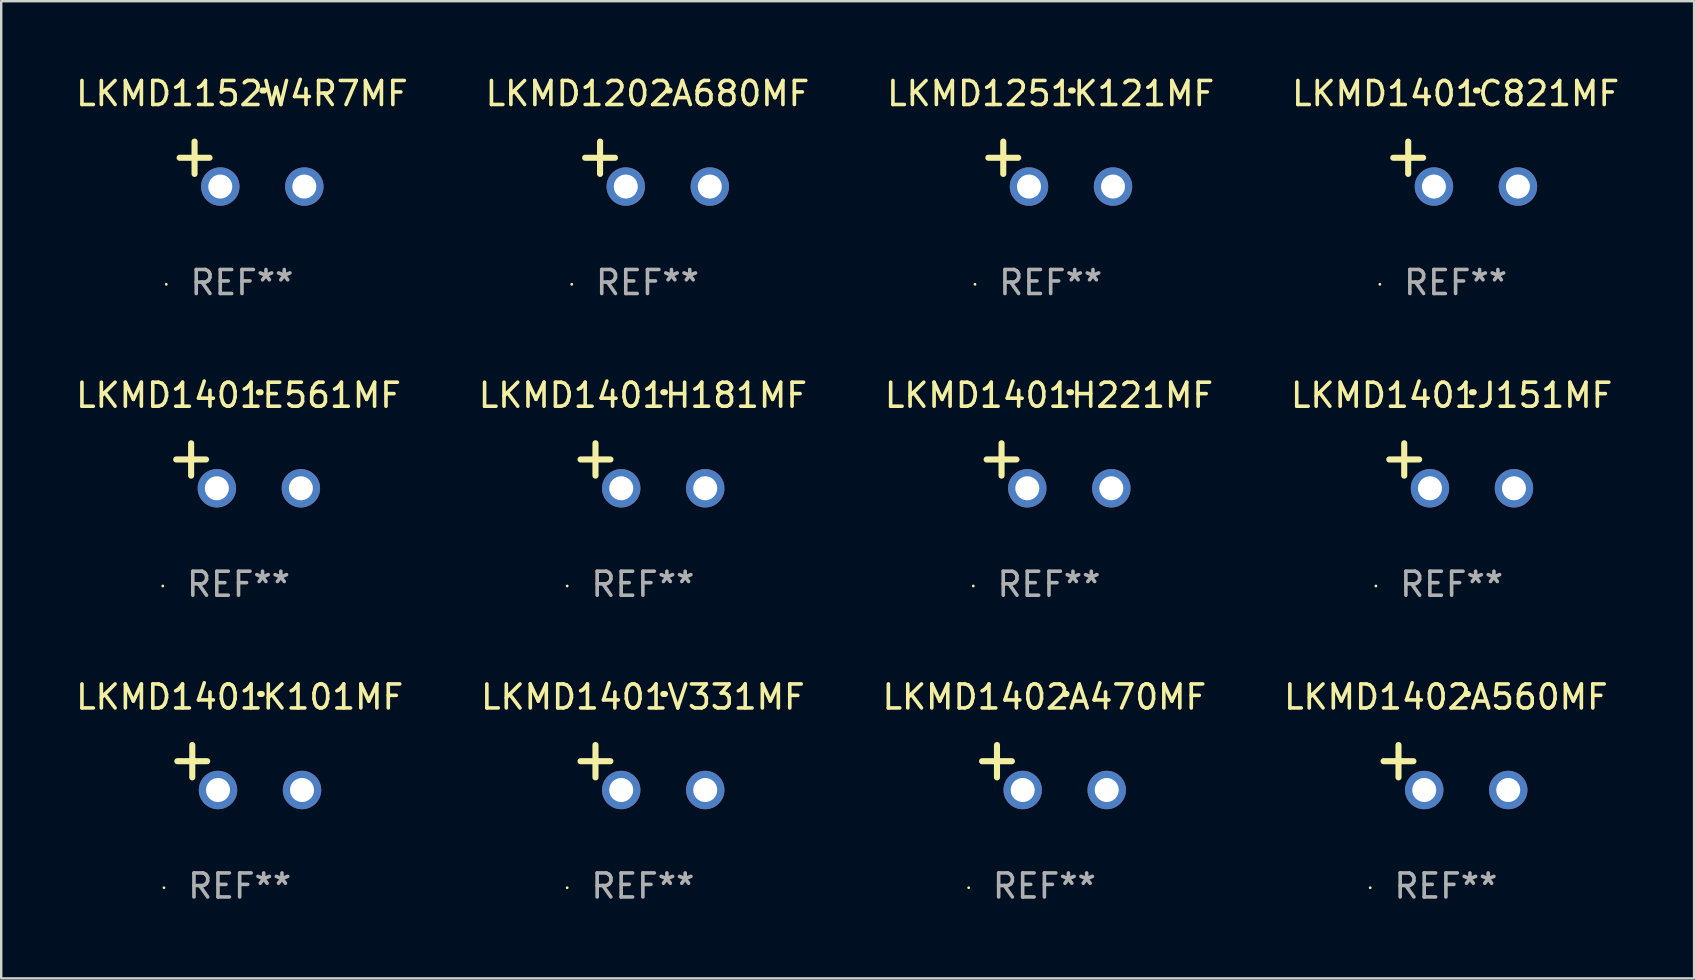
<source format=kicad_pcb>
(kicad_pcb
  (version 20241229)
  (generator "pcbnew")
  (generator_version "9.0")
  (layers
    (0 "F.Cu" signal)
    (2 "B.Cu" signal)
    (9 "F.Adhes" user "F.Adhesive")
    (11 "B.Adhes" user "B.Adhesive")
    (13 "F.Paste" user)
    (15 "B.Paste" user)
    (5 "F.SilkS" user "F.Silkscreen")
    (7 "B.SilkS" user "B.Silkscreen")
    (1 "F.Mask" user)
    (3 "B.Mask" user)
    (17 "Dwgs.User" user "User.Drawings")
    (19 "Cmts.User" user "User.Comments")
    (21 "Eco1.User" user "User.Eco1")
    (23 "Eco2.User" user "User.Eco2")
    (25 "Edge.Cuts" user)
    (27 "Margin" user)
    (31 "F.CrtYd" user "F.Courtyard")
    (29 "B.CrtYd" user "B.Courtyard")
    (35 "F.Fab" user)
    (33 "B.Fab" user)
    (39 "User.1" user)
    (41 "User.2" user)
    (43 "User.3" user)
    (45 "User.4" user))
  (footprint "LKMD1152W4R7MF"
    (layer "F.Cu")
    (at 7.03 3.785)
    (property "Reference" "LKMD1152W4R7MF" (at 0 -2.937 0) (layer "F.SilkS") (effects (font (size 1 1) (thickness 0.15))))
    (attr through_hole)
    (fp_line (start -1.975 0.41) (end -1.975 -0.937) (stroke (width 0.254) (type solid)) (layer "F.SilkS"))
    (fp_line (start -1.353 -0.263) (end -2.597 -0.263) (stroke (width 0.254) (type solid)) (layer "F.SilkS"))
    (fp_arc (start 0.849809 -3.063957) (mid 0.885369 -3.064114) (end 0.920929 -3.063957) (stroke (width 0.254001) (type solid)) (layer "F.SilkS"))
    (fp_circle (center -3.154 5.008) (end -3.124 5.008) (stroke (width 0.06) (type solid)) (fill no) (layer "F.SilkS"))
    (fp_text user "REF**" (at 0 4.937 0) (layer "F.Fab") (effects (font (size 1 1) (thickness 0.15))))
    (pad "1" thru_hole circle (at -0.903 0.937) (size 1.6 1.6) (drill 1) (layers "*.Cu" "*.Mask"))
    (pad "2" thru_hole circle (at 2.597 0.937) (size 1.6 1.6) (drill 1) (layers "*.Cu" "*.Mask")))
  (footprint "LKMD1401K101MF"
    (layer "F.Cu")
    (at 6.935 28.924)
    (property "Reference" "LKMD1401K101MF" (at 0 -2.937 0) (layer "F.SilkS") (effects (font (size 1 1) (thickness 0.15))))
    (attr through_hole)
    (fp_line (start -1.975 0.41) (end -1.975 -0.937) (stroke (width 0.254) (type solid)) (layer "F.SilkS"))
    (fp_line (start -1.353 -0.263) (end -2.597 -0.263) (stroke (width 0.254) (type solid)) (layer "F.SilkS"))
    (fp_arc (start 0.849809 -3.063957) (mid 0.885369 -3.064114) (end 0.920929 -3.063957) (stroke (width 0.254001) (type solid)) (layer "F.SilkS"))
    (fp_circle (center -3.154 5.008) (end -3.124 5.008) (stroke (width 0.06) (type solid)) (fill no) (layer "F.SilkS"))
    (fp_text user "REF**" (at 0 4.937 0) (layer "F.Fab") (effects (font (size 1 1) (thickness 0.15))))
    (pad "1" thru_hole circle (at -0.903 0.937) (size 1.6 1.6) (drill 1) (layers "*.Cu" "*.Mask"))
    (pad "2" thru_hole circle (at 2.597 0.937) (size 1.6 1.6) (drill 1) (layers "*.Cu" "*.Mask")))
  (footprint "LKMD1402A470MF"
    (layer "F.Cu")
    (at 40.458 28.924)
    (property "Reference" "LKMD1402A470MF" (at 0 -2.937 0) (layer "F.SilkS") (effects (font (size 1 1) (thickness 0.15))))
    (attr through_hole)
    (fp_line (start -1.975 0.41) (end -1.975 -0.937) (stroke (width 0.254) (type solid)) (layer "F.SilkS"))
    (fp_line (start -1.353 -0.263) (end -2.597 -0.263) (stroke (width 0.254) (type solid)) (layer "F.SilkS"))
    (fp_arc (start 0.849809 -3.063957) (mid 0.885369 -3.064114) (end 0.920929 -3.063957) (stroke (width 0.254001) (type solid)) (layer "F.SilkS"))
    (fp_circle (center -3.154 5.008) (end -3.124 5.008) (stroke (width 0.06) (type solid)) (fill no) (layer "F.SilkS"))
    (fp_text user "REF**" (at 0 4.937 0) (layer "F.Fab") (effects (font (size 1 1) (thickness 0.15))))
    (pad "1" thru_hole circle (at -0.903 0.937) (size 1.6 1.6) (drill 1) (layers "*.Cu" "*.Mask"))
    (pad "2" thru_hole circle (at 2.597 0.937) (size 1.6 1.6) (drill 1) (layers "*.Cu" "*.Mask")))
  (footprint "LKMD1401E561MF"
    (layer "F.Cu")
    (at 6.887 16.354)
    (property "Reference" "LKMD1401E561MF" (at 0 -2.937 0) (layer "F.SilkS") (effects (font (size 1 1) (thickness 0.15))))
    (attr through_hole)
    (fp_line (start -1.975 0.41) (end -1.975 -0.937) (stroke (width 0.254) (type solid)) (layer "F.SilkS"))
    (fp_line (start -1.353 -0.263) (end -2.597 -0.263) (stroke (width 0.254) (type solid)) (layer "F.SilkS"))
    (fp_arc (start 0.849809 -3.063957) (mid 0.885369 -3.064114) (end 0.920929 -3.063957) (stroke (width 0.254001) (type solid)) (layer "F.SilkS"))
    (fp_circle (center -3.154 5.008) (end -3.124 5.008) (stroke (width 0.06) (type solid)) (fill no) (layer "F.SilkS"))
    (fp_text user "REF**" (at 0 4.937 0) (layer "F.Fab") (effects (font (size 1 1) (thickness 0.15))))
    (pad "1" thru_hole circle (at -0.903 0.937) (size 1.6 1.6) (drill 1) (layers "*.Cu" "*.Mask"))
    (pad "2" thru_hole circle (at 2.597 0.937) (size 1.6 1.6) (drill 1) (layers "*.Cu" "*.Mask")))
  (footprint "LKMD1401C821MF"
    (layer "F.Cu")
    (at 57.589 3.785)
    (property "Reference" "LKMD1401C821MF" (at 0 -2.937 0) (layer "F.SilkS") (effects (font (size 1 1) (thickness 0.15))))
    (attr through_hole)
    (fp_line (start -1.975 0.41) (end -1.975 -0.937) (stroke (width 0.254) (type solid)) (layer "F.SilkS"))
    (fp_line (start -1.353 -0.263) (end -2.597 -0.263) (stroke (width 0.254) (type solid)) (layer "F.SilkS"))
    (fp_arc (start 0.849809 -3.063957) (mid 0.885369 -3.064114) (end 0.920929 -3.063957) (stroke (width 0.254001) (type solid)) (layer "F.SilkS"))
    (fp_circle (center -3.154 5.008) (end -3.124 5.008) (stroke (width 0.06) (type solid)) (fill no) (layer "F.SilkS"))
    (fp_text user "REF**" (at 0 4.937 0) (layer "F.Fab") (effects (font (size 1 1) (thickness 0.15))))
    (pad "1" thru_hole circle (at -0.903 0.937) (size 1.6 1.6) (drill 1) (layers "*.Cu" "*.Mask"))
    (pad "2" thru_hole circle (at 2.597 0.937) (size 1.6 1.6) (drill 1) (layers "*.Cu" "*.Mask")))
  (footprint "LKMD1401H181MF"
    (layer "F.Cu")
    (at 23.732 16.354)
    (property "Reference" "LKMD1401H181MF" (at 0 -2.937 0) (layer "F.SilkS") (effects (font (size 1 1) (thickness 0.15))))
    (attr through_hole)
    (fp_line (start -1.975 0.41) (end -1.975 -0.937) (stroke (width 0.254) (type solid)) (layer "F.SilkS"))
    (fp_line (start -1.353 -0.263) (end -2.597 -0.263) (stroke (width 0.254) (type solid)) (layer "F.SilkS"))
    (fp_arc (start 0.849809 -3.063957) (mid 0.885369 -3.064114) (end 0.920929 -3.063957) (stroke (width 0.254001) (type solid)) (layer "F.SilkS"))
    (fp_circle (center -3.154 5.008) (end -3.124 5.008) (stroke (width 0.06) (type solid)) (fill no) (layer "F.SilkS"))
    (fp_text user "REF**" (at 0 4.937 0) (layer "F.Fab") (effects (font (size 1 1) (thickness 0.15))))
    (pad "1" thru_hole circle (at -0.903 0.937) (size 1.6 1.6) (drill 1) (layers "*.Cu" "*.Mask"))
    (pad "2" thru_hole circle (at 2.597 0.937) (size 1.6 1.6) (drill 1) (layers "*.Cu" "*.Mask")))
  (footprint "LKMD1251K121MF"
    (layer "F.Cu")
    (at 40.72 3.785)
    (property "Reference" "LKMD1251K121MF" (at 0 -2.937 0) (layer "F.SilkS") (effects (font (size 1 1) (thickness 0.15))))
    (attr through_hole)
    (fp_line (start -1.975 0.41) (end -1.975 -0.937) (stroke (width 0.254) (type solid)) (layer "F.SilkS"))
    (fp_line (start -1.353 -0.263) (end -2.597 -0.263) (stroke (width 0.254) (type solid)) (layer "F.SilkS"))
    (fp_arc (start 0.849809 -3.063957) (mid 0.885369 -3.064114) (end 0.920929 -3.063957) (stroke (width 0.254001) (type solid)) (layer "F.SilkS"))
    (fp_circle (center -3.154 5.008) (end -3.124 5.008) (stroke (width 0.06) (type solid)) (fill no) (layer "F.SilkS"))
    (fp_text user "REF**" (at 0 4.937 0) (layer "F.Fab") (effects (font (size 1 1) (thickness 0.15))))
    (pad "1" thru_hole circle (at -0.903 0.937) (size 1.6 1.6) (drill 1) (layers "*.Cu" "*.Mask"))
    (pad "2" thru_hole circle (at 2.597 0.937) (size 1.6 1.6) (drill 1) (layers "*.Cu" "*.Mask")))
  (footprint "LKMD1402A560MF"
    (layer "F.Cu")
    (at 57.185 28.924)
    (property "Reference" "LKMD1402A560MF" (at 0 -2.937 0) (layer "F.SilkS") (effects (font (size 1 1) (thickness 0.15))))
    (attr through_hole)
    (fp_line (start -1.975 0.41) (end -1.975 -0.937) (stroke (width 0.254) (type solid)) (layer "F.SilkS"))
    (fp_line (start -1.353 -0.263) (end -2.597 -0.263) (stroke (width 0.254) (type solid)) (layer "F.SilkS"))
    (fp_arc (start 0.849809 -3.063957) (mid 0.885369 -3.064114) (end 0.920929 -3.063957) (stroke (width 0.254001) (type solid)) (layer "F.SilkS"))
    (fp_circle (center -3.154 5.008) (end -3.124 5.008) (stroke (width 0.06) (type solid)) (fill no) (layer "F.SilkS"))
    (fp_text user "REF**" (at 0 4.937 0) (layer "F.Fab") (effects (font (size 1 1) (thickness 0.15))))
    (pad "1" thru_hole circle (at -0.903 0.937) (size 1.6 1.6) (drill 1) (layers "*.Cu" "*.Mask"))
    (pad "2" thru_hole circle (at 2.597 0.937) (size 1.6 1.6) (drill 1) (layers "*.Cu" "*.Mask")))
  (footprint "LKMD1401J151MF"
    (layer "F.Cu")
    (at 57.423 16.354)
    (property "Reference" "LKMD1401J151MF" (at 0 -2.937 0) (layer "F.SilkS") (effects (font (size 1 1) (thickness 0.15))))
    (attr through_hole)
    (fp_line (start -1.975 0.41) (end -1.975 -0.937) (stroke (width 0.254) (type solid)) (layer "F.SilkS"))
    (fp_line (start -1.353 -0.263) (end -2.597 -0.263) (stroke (width 0.254) (type solid)) (layer "F.SilkS"))
    (fp_arc (start 0.849809 -3.063957) (mid 0.885369 -3.064114) (end 0.920929 -3.063957) (stroke (width 0.254001) (type solid)) (layer "F.SilkS"))
    (fp_circle (center -3.154 5.008) (end -3.124 5.008) (stroke (width 0.06) (type solid)) (fill no) (layer "F.SilkS"))
    (fp_text user "REF**" (at 0 4.937 0) (layer "F.Fab") (effects (font (size 1 1) (thickness 0.15))))
    (pad "1" thru_hole circle (at -0.903 0.937) (size 1.6 1.6) (drill 1) (layers "*.Cu" "*.Mask"))
    (pad "2" thru_hole circle (at 2.597 0.937) (size 1.6 1.6) (drill 1) (layers "*.Cu" "*.Mask")))
  (footprint "LKMD1401V331MF"
    (layer "F.Cu")
    (at 23.732 28.924)
    (property "Reference" "LKMD1401V331MF" (at 0 -2.937 0) (layer "F.SilkS") (effects (font (size 1 1) (thickness 0.15))))
    (attr through_hole)
    (fp_line (start -1.975 0.41) (end -1.975 -0.937) (stroke (width 0.254) (type solid)) (layer "F.SilkS"))
    (fp_line (start -1.353 -0.263) (end -2.597 -0.263) (stroke (width 0.254) (type solid)) (layer "F.SilkS"))
    (fp_arc (start 0.849809 -3.063957) (mid 0.885369 -3.064114) (end 0.920929 -3.063957) (stroke (width 0.254001) (type solid)) (layer "F.SilkS"))
    (fp_circle (center -3.154 5.008) (end -3.124 5.008) (stroke (width 0.06) (type solid)) (fill no) (layer "F.SilkS"))
    (fp_text user "REF**" (at 0 4.937 0) (layer "F.Fab") (effects (font (size 1 1) (thickness 0.15))))
    (pad "1" thru_hole circle (at -0.903 0.937) (size 1.6 1.6) (drill 1) (layers "*.Cu" "*.Mask"))
    (pad "2" thru_hole circle (at 2.597 0.937) (size 1.6 1.6) (drill 1) (layers "*.Cu" "*.Mask")))
  (footprint "LKMD1401H221MF"
    (layer "F.Cu")
    (at 40.649 16.354)
    (property "Reference" "LKMD1401H221MF" (at 0 -2.937 0) (layer "F.SilkS") (effects (font (size 1 1) (thickness 0.15))))
    (attr through_hole)
    (fp_line (start -1.975 0.41) (end -1.975 -0.937) (stroke (width 0.254) (type solid)) (layer "F.SilkS"))
    (fp_line (start -1.353 -0.263) (end -2.597 -0.263) (stroke (width 0.254) (type solid)) (layer "F.SilkS"))
    (fp_arc (start 0.849809 -3.063957) (mid 0.885369 -3.064114) (end 0.920929 -3.063957) (stroke (width 0.254001) (type solid)) (layer "F.SilkS"))
    (fp_circle (center -3.154 5.008) (end -3.124 5.008) (stroke (width 0.06) (type solid)) (fill no) (layer "F.SilkS"))
    (fp_text user "REF**" (at 0 4.937 0) (layer "F.Fab") (effects (font (size 1 1) (thickness 0.15))))
    (pad "1" thru_hole circle (at -0.903 0.937) (size 1.6 1.6) (drill 1) (layers "*.Cu" "*.Mask"))
    (pad "2" thru_hole circle (at 2.597 0.937) (size 1.6 1.6) (drill 1) (layers "*.Cu" "*.Mask")))
  (footprint "LKMD1202A680MF"
    (layer "F.Cu")
    (at 23.923 3.785)
    (property "Reference" "LKMD1202A680MF" (at 0 -2.937 0) (layer "F.SilkS") (effects (font (size 1 1) (thickness 0.15))))
    (attr through_hole)
    (fp_line (start -1.975 0.41) (end -1.975 -0.937) (stroke (width 0.254) (type solid)) (layer "F.SilkS"))
    (fp_line (start -1.353 -0.263) (end -2.597 -0.263) (stroke (width 0.254) (type solid)) (layer "F.SilkS"))
    (fp_arc (start 0.849809 -3.063957) (mid 0.885369 -3.064114) (end 0.920929 -3.063957) (stroke (width 0.254001) (type solid)) (layer "F.SilkS"))
    (fp_circle (center -3.154 5.008) (end -3.124 5.008) (stroke (width 0.06) (type solid)) (fill no) (layer "F.SilkS"))
    (fp_text user "REF**" (at 0 4.937 0) (layer "F.Fab") (effects (font (size 1 1) (thickness 0.15))))
    (pad "1" thru_hole circle (at -0.903 0.937) (size 1.6 1.6) (drill 1) (layers "*.Cu" "*.Mask"))
    (pad "2" thru_hole circle (at 2.597 0.937) (size 1.6 1.6) (drill 1) (layers "*.Cu" "*.Mask")))
  (gr_rect
    (start -3 -3)
    (end 67.524 37.709)
    (stroke (width 0.1) (type default))
    (fill no)
    (layer "Edge.Cuts")))
</source>
